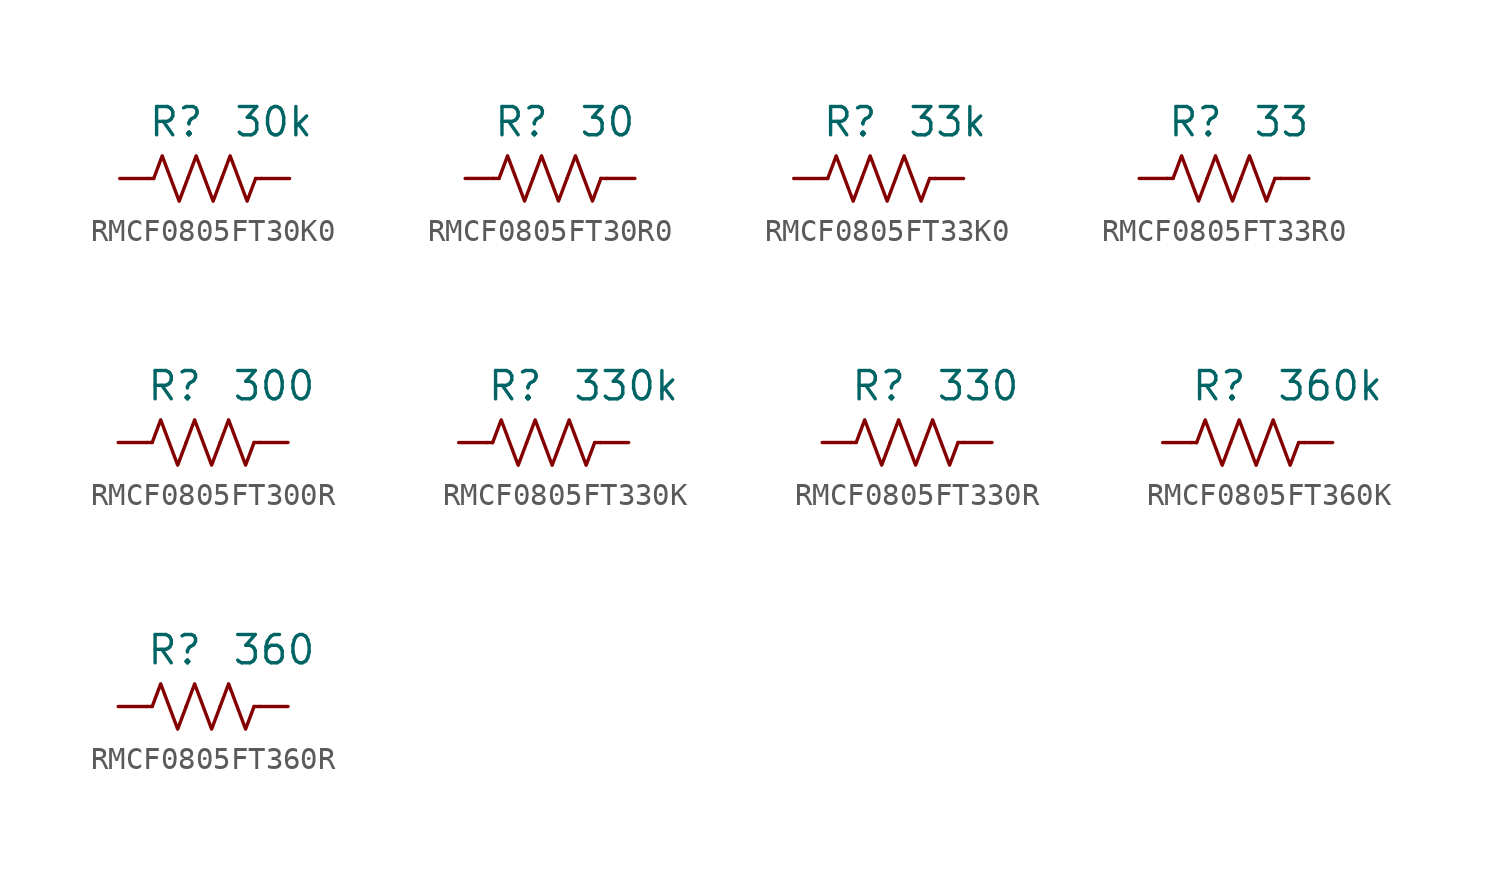
<source format=kicad_sym>
(kicad_symbol_lib
  (version 20241209)
  (generator "kicad_symbol_editor")
  (generator_version "9.0")
  (symbol "RMCF0805FT30K0"
    (pin_numbers
      (hide yes))
    (property "Reference" "R"
      (at 0 2.54 0)
      (effects (font (size 1.27 1.27)) (justify right)))
    (property "Value" "30k"
      (at 1.27 2.54 0)
      (effects (font (size 1.27 1.27)) (justify left)))
    (symbol "RMCF0805FT30K0_0_1"
      (polyline (pts (xy -2.286 0) (xy -2.54 0)) (stroke (width 0) (type default)) (fill (type none)))
      (polyline (pts (xy -2.286 0) (xy -1.905 1.016) (xy -1.524 0) (xy -1.143 -1.016) (xy -0.762 0)) (stroke (width 0) (type default)) (fill (type none)))
      (polyline (pts (xy -0.762 0) (xy -0.381 1.016) (xy 0 0) (xy 0.381 -1.016) (xy 0.762 0)) (stroke (width 0) (type default)) (fill (type none)))
      (polyline (pts (xy 0.762 0) (xy 1.143 1.016) (xy 1.524 0) (xy 1.905 -1.016) (xy 2.286 0)) (stroke (width 0) (type default)) (fill (type none)))
      (polyline (pts (xy 2.286 0) (xy 2.54 0)) (stroke (width 0) (type default)) (fill (type none))))
    (symbol "RMCF0805FT30K0_1_1"
      (pin passive line (at -3.81 0 0) (length 1.27) (name "~" (effects (font (size 1.27 1.27)))) (number "1" (effects (font (size 1.27 1.27)))))
      (pin passive line (at 3.81 0 180) (length 1.27) (name "~" (effects (font (size 1.27 1.27)))) (number "2" (effects (font (size 1.27 1.27)))))))
  (symbol "RMCF0805FT30R0"
    (pin_numbers
      (hide yes))
    (property "Reference" "R"
      (at 0 2.54 0)
      (effects (font (size 1.27 1.27)) (justify right)))
    (property "Value" "30"
      (at 1.27 2.54 0)
      (effects (font (size 1.27 1.27)) (justify left)))
    (symbol "RMCF0805FT30R0_0_1"
      (polyline (pts (xy -2.286 0) (xy -2.54 0)) (stroke (width 0) (type default)) (fill (type none)))
      (polyline (pts (xy -2.286 0) (xy -1.905 1.016) (xy -1.524 0) (xy -1.143 -1.016) (xy -0.762 0)) (stroke (width 0) (type default)) (fill (type none)))
      (polyline (pts (xy -0.762 0) (xy -0.381 1.016) (xy 0 0) (xy 0.381 -1.016) (xy 0.762 0)) (stroke (width 0) (type default)) (fill (type none)))
      (polyline (pts (xy 0.762 0) (xy 1.143 1.016) (xy 1.524 0) (xy 1.905 -1.016) (xy 2.286 0)) (stroke (width 0) (type default)) (fill (type none)))
      (polyline (pts (xy 2.286 0) (xy 2.54 0)) (stroke (width 0) (type default)) (fill (type none))))
    (symbol "RMCF0805FT30R0_1_1"
      (pin passive line (at -3.81 0 0) (length 1.27) (name "~" (effects (font (size 1.27 1.27)))) (number "1" (effects (font (size 1.27 1.27)))))
      (pin passive line (at 3.81 0 180) (length 1.27) (name "~" (effects (font (size 1.27 1.27)))) (number "2" (effects (font (size 1.27 1.27)))))))
  (symbol "RMCF0805FT33K0"
    (pin_numbers
      (hide yes))
    (property "Reference" "R"
      (at 0 2.54 0)
      (effects (font (size 1.27 1.27)) (justify right)))
    (property "Value" "33k"
      (at 1.27 2.54 0)
      (effects (font (size 1.27 1.27)) (justify left)))
    (symbol "RMCF0805FT33K0_0_1"
      (polyline (pts (xy -2.286 0) (xy -2.54 0)) (stroke (width 0) (type default)) (fill (type none)))
      (polyline (pts (xy -2.286 0) (xy -1.905 1.016) (xy -1.524 0) (xy -1.143 -1.016) (xy -0.762 0)) (stroke (width 0) (type default)) (fill (type none)))
      (polyline (pts (xy -0.762 0) (xy -0.381 1.016) (xy 0 0) (xy 0.381 -1.016) (xy 0.762 0)) (stroke (width 0) (type default)) (fill (type none)))
      (polyline (pts (xy 0.762 0) (xy 1.143 1.016) (xy 1.524 0) (xy 1.905 -1.016) (xy 2.286 0)) (stroke (width 0) (type default)) (fill (type none)))
      (polyline (pts (xy 2.286 0) (xy 2.54 0)) (stroke (width 0) (type default)) (fill (type none))))
    (symbol "RMCF0805FT33K0_1_1"
      (pin passive line (at -3.81 0 0) (length 1.27) (name "~" (effects (font (size 1.27 1.27)))) (number "1" (effects (font (size 1.27 1.27)))))
      (pin passive line (at 3.81 0 180) (length 1.27) (name "~" (effects (font (size 1.27 1.27)))) (number "2" (effects (font (size 1.27 1.27)))))))
  (symbol "RMCF0805FT33R0"
    (pin_numbers
      (hide yes))
    (property "Reference" "R"
      (at 0 2.54 0)
      (effects (font (size 1.27 1.27)) (justify right)))
    (property "Value" "33"
      (at 1.27 2.54 0)
      (effects (font (size 1.27 1.27)) (justify left)))
    (symbol "RMCF0805FT33R0_0_1"
      (polyline (pts (xy -2.286 0) (xy -2.54 0)) (stroke (width 0) (type default)) (fill (type none)))
      (polyline (pts (xy -2.286 0) (xy -1.905 1.016) (xy -1.524 0) (xy -1.143 -1.016) (xy -0.762 0)) (stroke (width 0) (type default)) (fill (type none)))
      (polyline (pts (xy -0.762 0) (xy -0.381 1.016) (xy 0 0) (xy 0.381 -1.016) (xy 0.762 0)) (stroke (width 0) (type default)) (fill (type none)))
      (polyline (pts (xy 0.762 0) (xy 1.143 1.016) (xy 1.524 0) (xy 1.905 -1.016) (xy 2.286 0)) (stroke (width 0) (type default)) (fill (type none)))
      (polyline (pts (xy 2.286 0) (xy 2.54 0)) (stroke (width 0) (type default)) (fill (type none))))
    (symbol "RMCF0805FT33R0_1_1"
      (pin passive line (at -3.81 0 0) (length 1.27) (name "~" (effects (font (size 1.27 1.27)))) (number "1" (effects (font (size 1.27 1.27)))))
      (pin passive line (at 3.81 0 180) (length 1.27) (name "~" (effects (font (size 1.27 1.27)))) (number "2" (effects (font (size 1.27 1.27)))))))
  (symbol "RMCF0805FT300R"
    (pin_numbers
      (hide yes))
    (property "Reference" "R"
      (at 0 2.54 0)
      (effects (font (size 1.27 1.27)) (justify right)))
    (property "Value" "300"
      (at 1.27 2.54 0)
      (effects (font (size 1.27 1.27)) (justify left)))
    (symbol "RMCF0805FT300R_0_1"
      (polyline (pts (xy -2.286 0) (xy -2.54 0)) (stroke (width 0) (type default)) (fill (type none)))
      (polyline (pts (xy -2.286 0) (xy -1.905 1.016) (xy -1.524 0) (xy -1.143 -1.016) (xy -0.762 0)) (stroke (width 0) (type default)) (fill (type none)))
      (polyline (pts (xy -0.762 0) (xy -0.381 1.016) (xy 0 0) (xy 0.381 -1.016) (xy 0.762 0)) (stroke (width 0) (type default)) (fill (type none)))
      (polyline (pts (xy 0.762 0) (xy 1.143 1.016) (xy 1.524 0) (xy 1.905 -1.016) (xy 2.286 0)) (stroke (width 0) (type default)) (fill (type none)))
      (polyline (pts (xy 2.286 0) (xy 2.54 0)) (stroke (width 0) (type default)) (fill (type none))))
    (symbol "RMCF0805FT300R_1_1"
      (pin passive line (at -3.81 0 0) (length 1.27) (name "~" (effects (font (size 1.27 1.27)))) (number "1" (effects (font (size 1.27 1.27)))))
      (pin passive line (at 3.81 0 180) (length 1.27) (name "~" (effects (font (size 1.27 1.27)))) (number "2" (effects (font (size 1.27 1.27)))))))
  (symbol "RMCF0805FT330K"
    (pin_numbers
      (hide yes))
    (property "Reference" "R"
      (at 0 2.54 0)
      (effects (font (size 1.27 1.27)) (justify right)))
    (property "Value" "330k"
      (at 1.27 2.54 0)
      (effects (font (size 1.27 1.27)) (justify left)))
    (symbol "RMCF0805FT330K_0_1"
      (polyline (pts (xy -2.286 0) (xy -2.54 0)) (stroke (width 0) (type default)) (fill (type none)))
      (polyline (pts (xy -2.286 0) (xy -1.905 1.016) (xy -1.524 0) (xy -1.143 -1.016) (xy -0.762 0)) (stroke (width 0) (type default)) (fill (type none)))
      (polyline (pts (xy -0.762 0) (xy -0.381 1.016) (xy 0 0) (xy 0.381 -1.016) (xy 0.762 0)) (stroke (width 0) (type default)) (fill (type none)))
      (polyline (pts (xy 0.762 0) (xy 1.143 1.016) (xy 1.524 0) (xy 1.905 -1.016) (xy 2.286 0)) (stroke (width 0) (type default)) (fill (type none)))
      (polyline (pts (xy 2.286 0) (xy 2.54 0)) (stroke (width 0) (type default)) (fill (type none))))
    (symbol "RMCF0805FT330K_1_1"
      (pin passive line (at -3.81 0 0) (length 1.27) (name "~" (effects (font (size 1.27 1.27)))) (number "1" (effects (font (size 1.27 1.27)))))
      (pin passive line (at 3.81 0 180) (length 1.27) (name "~" (effects (font (size 1.27 1.27)))) (number "2" (effects (font (size 1.27 1.27)))))))
  (symbol "RMCF0805FT330R"
    (pin_numbers
      (hide yes))
    (property "Reference" "R"
      (at 0 2.54 0)
      (effects (font (size 1.27 1.27)) (justify right)))
    (property "Value" "330"
      (at 1.27 2.54 0)
      (effects (font (size 1.27 1.27)) (justify left)))
    (symbol "RMCF0805FT330R_0_1"
      (polyline (pts (xy -2.286 0) (xy -2.54 0)) (stroke (width 0) (type default)) (fill (type none)))
      (polyline (pts (xy -2.286 0) (xy -1.905 1.016) (xy -1.524 0) (xy -1.143 -1.016) (xy -0.762 0)) (stroke (width 0) (type default)) (fill (type none)))
      (polyline (pts (xy -0.762 0) (xy -0.381 1.016) (xy 0 0) (xy 0.381 -1.016) (xy 0.762 0)) (stroke (width 0) (type default)) (fill (type none)))
      (polyline (pts (xy 0.762 0) (xy 1.143 1.016) (xy 1.524 0) (xy 1.905 -1.016) (xy 2.286 0)) (stroke (width 0) (type default)) (fill (type none)))
      (polyline (pts (xy 2.286 0) (xy 2.54 0)) (stroke (width 0) (type default)) (fill (type none))))
    (symbol "RMCF0805FT330R_1_1"
      (pin passive line (at -3.81 0 0) (length 1.27) (name "~" (effects (font (size 1.27 1.27)))) (number "1" (effects (font (size 1.27 1.27)))))
      (pin passive line (at 3.81 0 180) (length 1.27) (name "~" (effects (font (size 1.27 1.27)))) (number "2" (effects (font (size 1.27 1.27)))))))
  (symbol "RMCF0805FT360K"
    (pin_numbers
      (hide yes))
    (property "Reference" "R"
      (at 0 2.54 0)
      (effects (font (size 1.27 1.27)) (justify right)))
    (property "Value" "360k"
      (at 1.27 2.54 0)
      (effects (font (size 1.27 1.27)) (justify left)))
    (symbol "RMCF0805FT360K_0_1"
      (polyline (pts (xy -2.286 0) (xy -2.54 0)) (stroke (width 0) (type default)) (fill (type none)))
      (polyline (pts (xy -2.286 0) (xy -1.905 1.016) (xy -1.524 0) (xy -1.143 -1.016) (xy -0.762 0)) (stroke (width 0) (type default)) (fill (type none)))
      (polyline (pts (xy -0.762 0) (xy -0.381 1.016) (xy 0 0) (xy 0.381 -1.016) (xy 0.762 0)) (stroke (width 0) (type default)) (fill (type none)))
      (polyline (pts (xy 0.762 0) (xy 1.143 1.016) (xy 1.524 0) (xy 1.905 -1.016) (xy 2.286 0)) (stroke (width 0) (type default)) (fill (type none)))
      (polyline (pts (xy 2.286 0) (xy 2.54 0)) (stroke (width 0) (type default)) (fill (type none))))
    (symbol "RMCF0805FT360K_1_1"
      (pin passive line (at -3.81 0 0) (length 1.27) (name "~" (effects (font (size 1.27 1.27)))) (number "1" (effects (font (size 1.27 1.27)))))
      (pin passive line (at 3.81 0 180) (length 1.27) (name "~" (effects (font (size 1.27 1.27)))) (number "2" (effects (font (size 1.27 1.27)))))))
  (symbol "RMCF0805FT360R"
    (pin_numbers
      (hide yes))
    (property "Reference" "R"
      (at 0 2.54 0)
      (effects (font (size 1.27 1.27)) (justify right)))
    (property "Value" "360"
      (at 1.27 2.54 0)
      (effects (font (size 1.27 1.27)) (justify left)))
    (symbol "RMCF0805FT360R_0_1"
      (polyline (pts (xy -2.286 0) (xy -2.54 0)) (stroke (width 0) (type default)) (fill (type none)))
      (polyline (pts (xy -2.286 0) (xy -1.905 1.016) (xy -1.524 0) (xy -1.143 -1.016) (xy -0.762 0)) (stroke (width 0) (type default)) (fill (type none)))
      (polyline (pts (xy -0.762 0) (xy -0.381 1.016) (xy 0 0) (xy 0.381 -1.016) (xy 0.762 0)) (stroke (width 0) (type default)) (fill (type none)))
      (polyline (pts (xy 0.762 0) (xy 1.143 1.016) (xy 1.524 0) (xy 1.905 -1.016) (xy 2.286 0)) (stroke (width 0) (type default)) (fill (type none)))
      (polyline (pts (xy 2.286 0) (xy 2.54 0)) (stroke (width 0) (type default)) (fill (type none))))
    (symbol "RMCF0805FT360R_1_1"
      (pin passive line (at -3.81 0 0) (length 1.27) (name "~" (effects (font (size 1.27 1.27)))) (number "1" (effects (font (size 1.27 1.27)))))
      (pin passive line (at 3.81 0 180) (length 1.27) (name "~" (effects (font (size 1.27 1.27)))) (number "2" (effects (font (size 1.27 1.27))))))))
</source>
